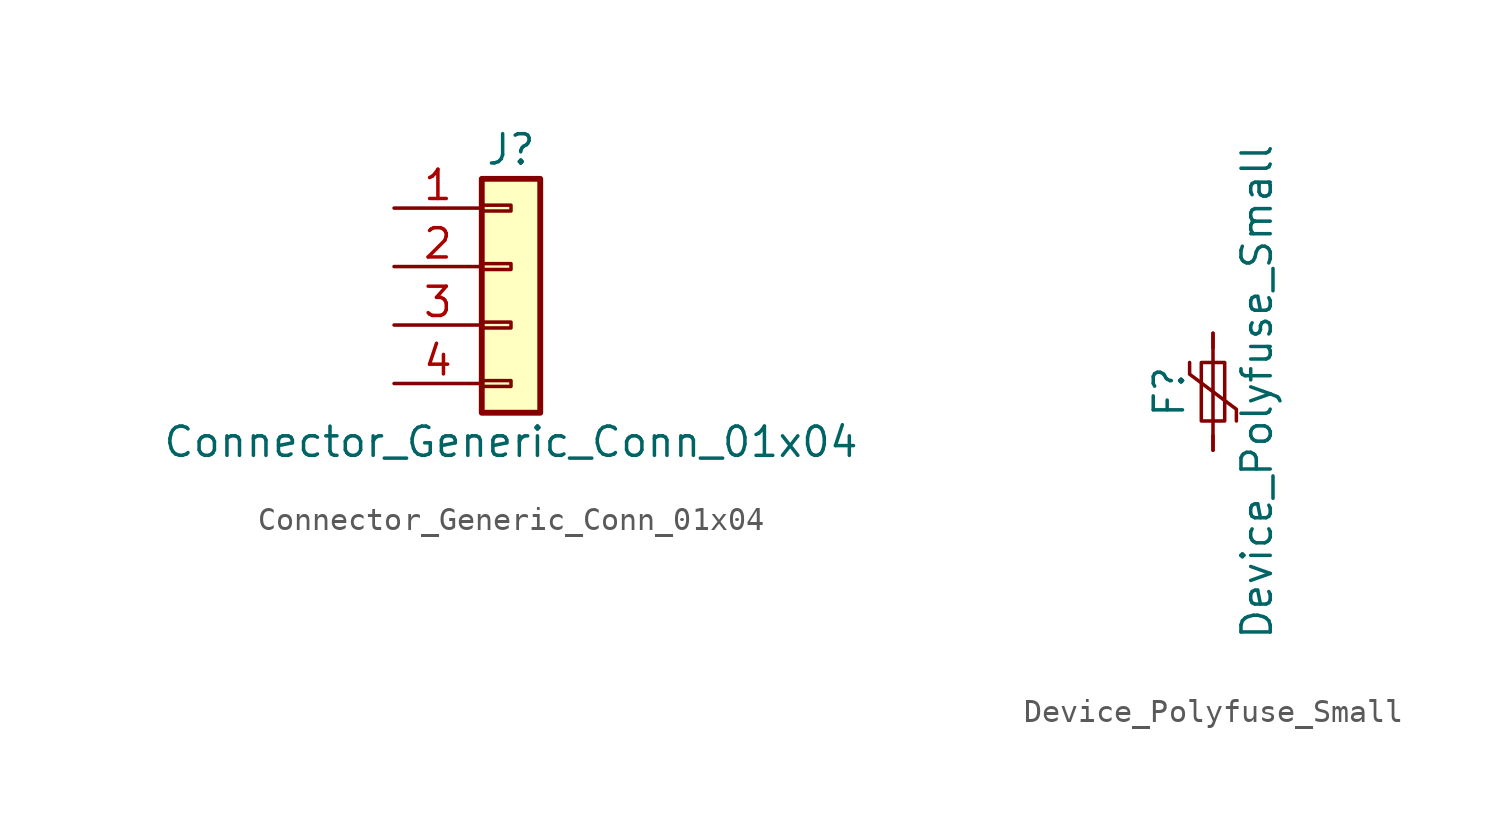
<source format=kicad_sym>
(kicad_symbol_lib
  (version 20231120)
  (generator "kicad_symbol_editor")
  (generator_version "8.0")
  (symbol "Connector_Generic_Conn_01x04"
    (pin_names
      (offset 1.016) hide)
    (property "Reference" "J"
      (at 0 5.08 0)
      (effects (font (size 1.27 1.27))))
    (property "Value" "Connector_Generic_Conn_01x04"
      (at 0 -7.62 0)
      (effects (font (size 1.27 1.27))))
    (symbol "Connector_Generic_Conn_01x04_1_1"
      (rectangle (start -1.27 -4.953) (end 0 -5.207) (stroke (width 0.152) (type solid)) (fill (type none)))
      (rectangle (start -1.27 -2.413) (end 0 -2.667) (stroke (width 0.152) (type solid)) (fill (type none)))
      (rectangle (start -1.27 0.127) (end 0 -0.127) (stroke (width 0.152) (type solid)) (fill (type none)))
      (rectangle (start -1.27 2.667) (end 0 2.413) (stroke (width 0.152) (type solid)) (fill (type none)))
      (rectangle (start -1.27 3.81) (end 1.27 -6.35) (stroke (width 0.254) (type solid)) (fill (type background)))
      (pin passive line (at -5.08 2.54 0) (length 3.81) (name "Pin_1" (effects (font (size 1.27 1.27)))) (number "1" (effects (font (size 1.27 1.27)))))
      (pin passive line (at -5.08 0 0) (length 3.81) (name "Pin_2" (effects (font (size 1.27 1.27)))) (number "2" (effects (font (size 1.27 1.27)))))
      (pin passive line (at -5.08 -2.54 0) (length 3.81) (name "Pin_3" (effects (font (size 1.27 1.27)))) (number "3" (effects (font (size 1.27 1.27)))))
      (pin passive line (at -5.08 -5.08 0) (length 3.81) (name "Pin_4" (effects (font (size 1.27 1.27)))) (number "4" (effects (font (size 1.27 1.27)))))))
  (symbol "Device_Polyfuse_Small"
    (pin_numbers hide)
    (pin_names
      (offset 0))
    (property "Reference" "F"
      (at -1.905 0 90)
      (effects (font (size 1.27 1.27))))
    (property "Value" "Device_Polyfuse_Small"
      (at 1.905 0 90)
      (effects (font (size 1.27 1.27))))
    (symbol "Device_Polyfuse_Small_0_1"
      (rectangle (start -0.508 1.27) (end 0.508 -1.27) (stroke (width 0) (type solid)) (fill (type none)))
      (polyline (pts (xy 0 2.54) (xy 0 -2.54)) (stroke (width 0) (type solid)) (fill (type none)))
      (polyline (pts (xy -1.016 1.27) (xy -1.016 0.762) (xy 1.016 -0.762) (xy 1.016 -1.27)) (stroke (width 0) (type solid)) (fill (type none))))
    (symbol "Device_Polyfuse_Small_1_1"
      (pin passive line (at 0 2.54 270) (length 0.635) (name "~" (effects (font (size 1.27 1.27)))) (number "1" (effects (font (size 1.27 1.27)))))
      (pin passive line (at 0 -2.54 90) (length 0.635) (name "~" (effects (font (size 1.27 1.27)))) (number "2" (effects (font (size 1.27 1.27))))))))
</source>
